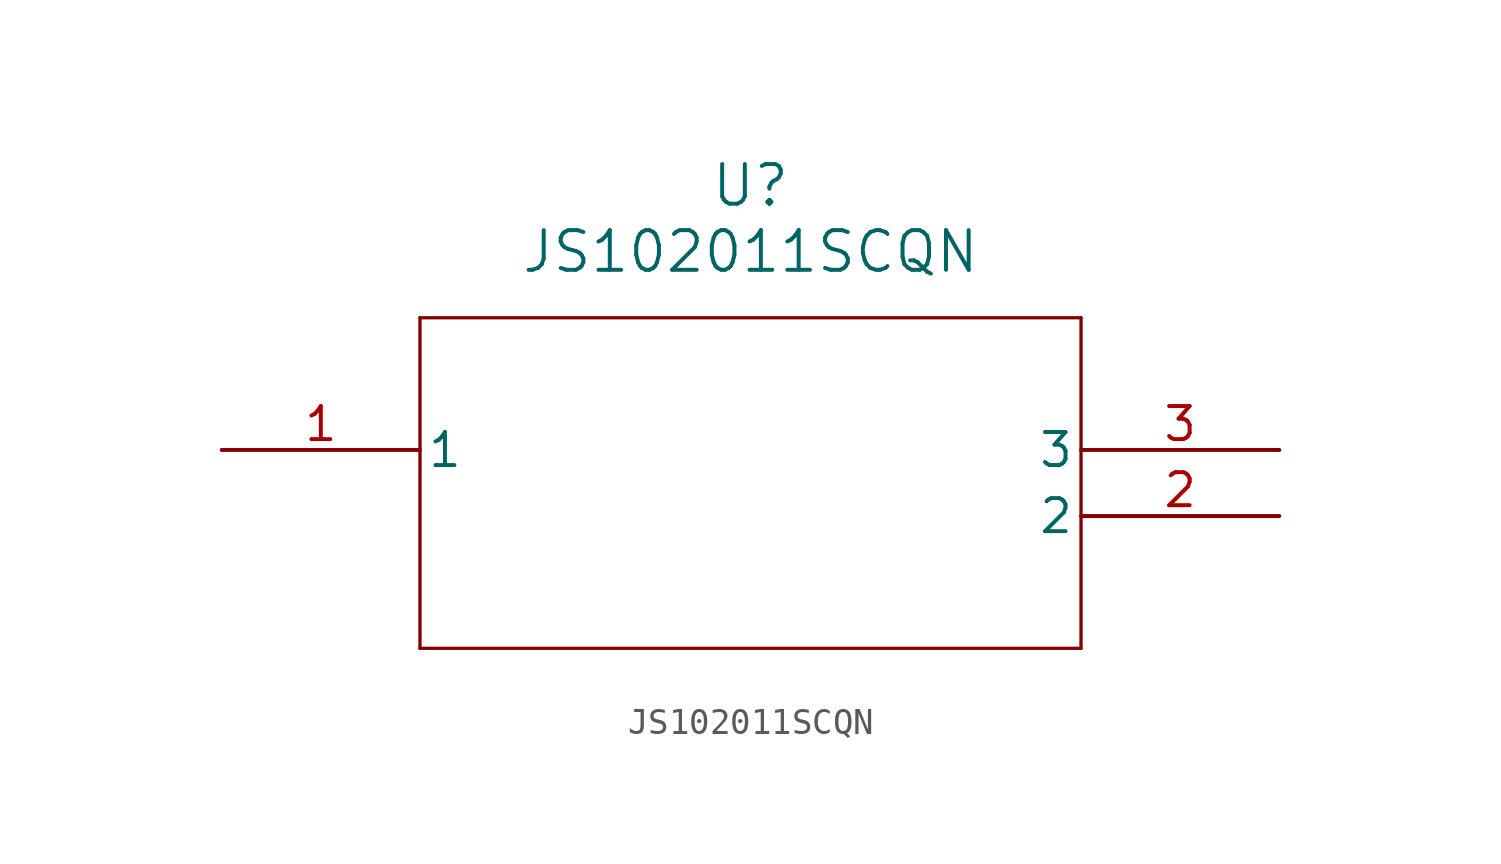
<source format=kicad_sym>
(kicad_symbol_lib
  (version 20211014)
  (generator kicad_symbol_editor)
  (symbol "JS102011SCQN"
    (pin_names
      (offset 0.254))
    (property "Reference" "U"
      (at 20.32 10.16 0)
      (effects (font (size 1.524 1.524))))
    (property "Value" "JS102011SCQN"
      (at 20.32 7.62 0)
      (effects (font (size 1.524 1.524))))
    (symbol "JS102011SCQN_0_1"
      (polyline (pts (xy 7.62 5.08) (xy 7.62 -7.62)) (stroke (width 0.127) (type default) (color 0 0 0 0)) (fill (type none)))
      (polyline (pts (xy 7.62 -7.62) (xy 33.02 -7.62)) (stroke (width 0.127) (type default) (color 0 0 0 0)) (fill (type none)))
      (polyline (pts (xy 33.02 -7.62) (xy 33.02 5.08)) (stroke (width 0.127) (type default) (color 0 0 0 0)) (fill (type none)))
      (polyline (pts (xy 33.02 5.08) (xy 7.62 5.08)) (stroke (width 0.127) (type default) (color 0 0 0 0)) (fill (type none)))
      (pin unspecified line (at 0 0 0) (length 7.62) (name "1" (effects (font (size 1.27 1.27)))) (number "1" (effects (font (size 1.27 1.27)))))
      (pin unspecified line (at 40.64 -2.54 180) (length 7.62) (name "2" (effects (font (size 1.27 1.27)))) (number "2" (effects (font (size 1.27 1.27)))))
      (pin unspecified line (at 40.64 0 180) (length 7.62) (name "3" (effects (font (size 1.27 1.27)))) (number "3" (effects (font (size 1.27 1.27))))))))
</source>
